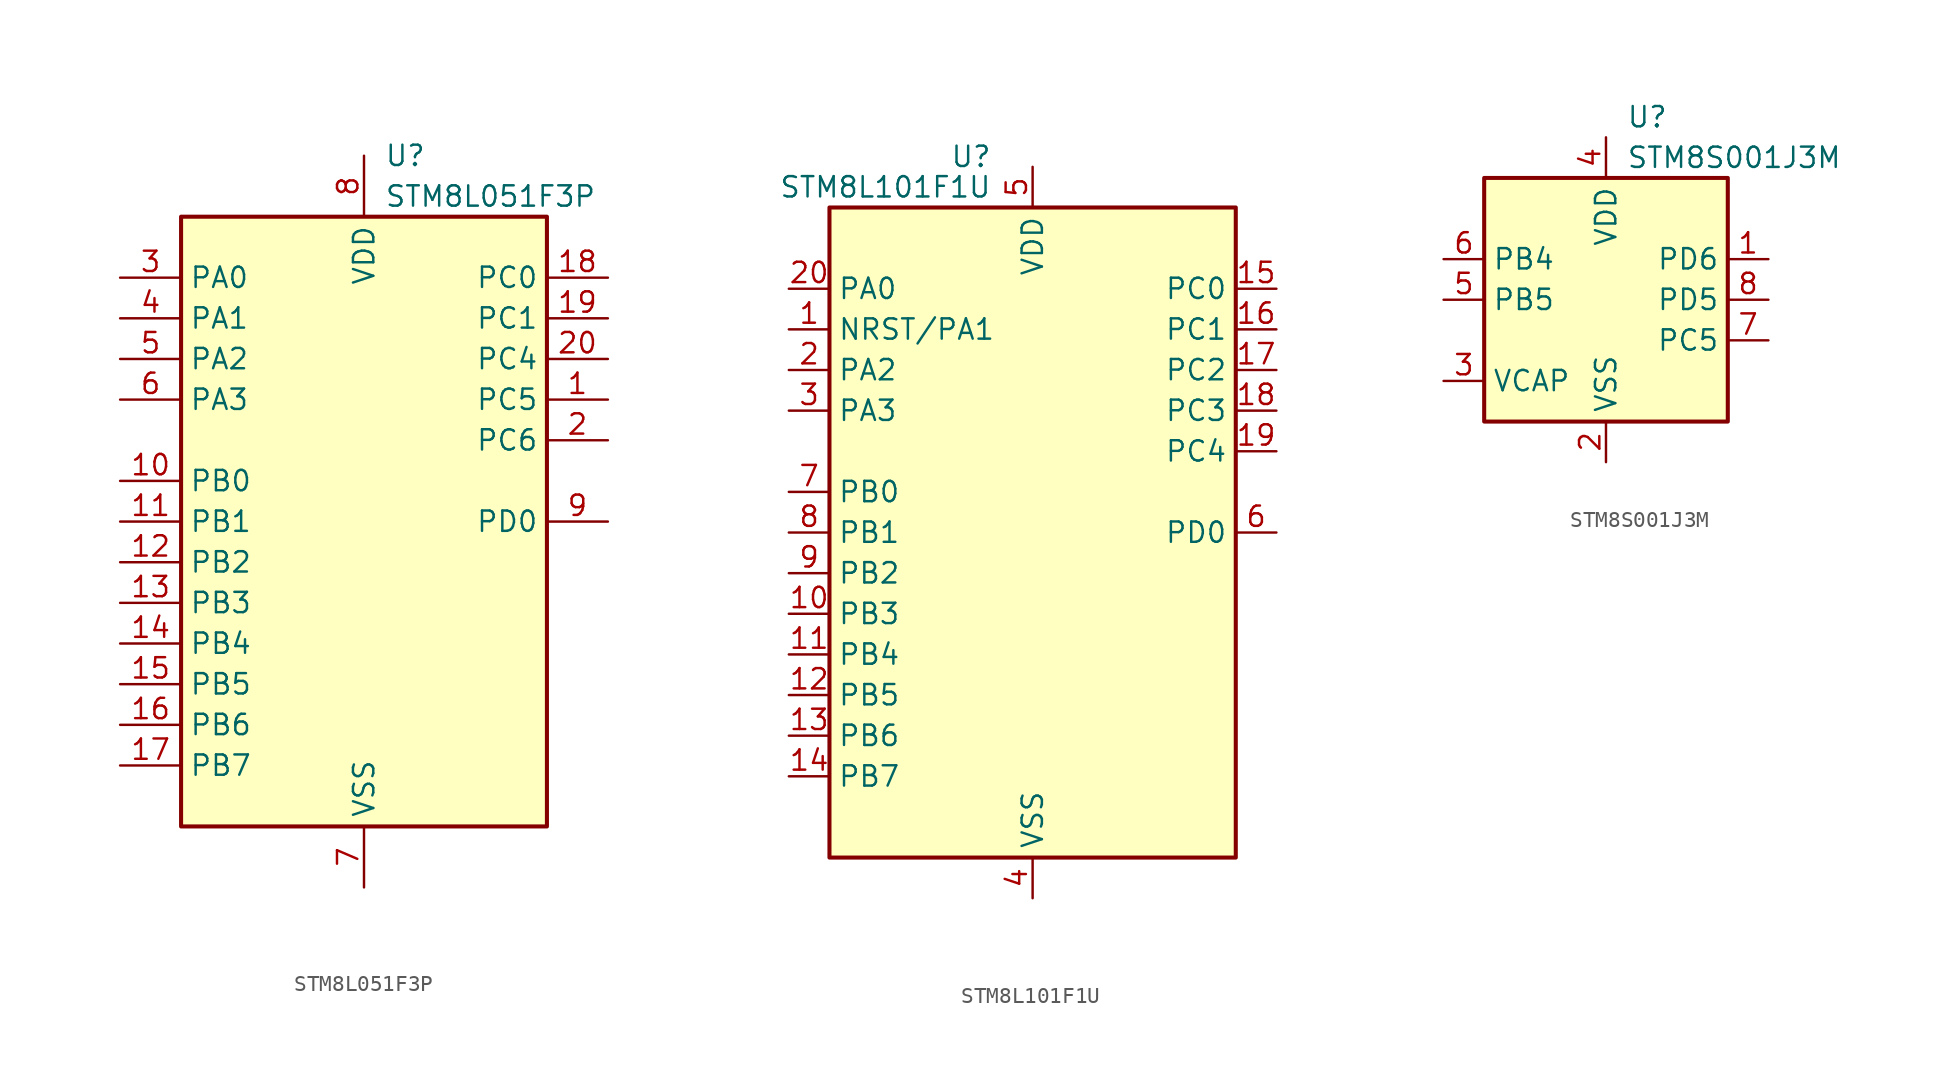
<source format=kicad_sym>
(kicad_symbol_lib
  (version 20220914)
  (generator kicad_symbol_editor)
  (symbol "STM8L051F3P"
    (property "Reference" "U"
      (at 1.27 22.86 0)
      (effects (font (size 1.27 1.27)) (justify left)))
    (property "Value" "STM8L051F3P"
      (at 1.27 20.32 0)
      (effects (font (size 1.27 1.27)) (justify left)))
    (symbol "STM8L051F3P_0_1"
      (rectangle (start -11.43 19.05) (end 11.43 -19.05) (stroke (width 0.254) (type default)) (fill (type background))))
    (symbol "STM8L051F3P_1_1"
      (pin bidirectional line (at 15.24 7.62 180) (length 3.81) (name "PC5" (effects (font (size 1.27 1.27)))) (number "1" (effects (font (size 1.27 1.27)))))
      (pin bidirectional line (at -15.24 2.54 0) (length 3.81) (name "PB0" (effects (font (size 1.27 1.27)))) (number "10" (effects (font (size 1.27 1.27)))))
      (pin bidirectional line (at -15.24 0 0) (length 3.81) (name "PB1" (effects (font (size 1.27 1.27)))) (number "11" (effects (font (size 1.27 1.27)))))
      (pin bidirectional line (at -15.24 -2.54 0) (length 3.81) (name "PB2" (effects (font (size 1.27 1.27)))) (number "12" (effects (font (size 1.27 1.27)))))
      (pin bidirectional line (at -15.24 -5.08 0) (length 3.81) (name "PB3" (effects (font (size 1.27 1.27)))) (number "13" (effects (font (size 1.27 1.27)))))
      (pin bidirectional line (at -15.24 -7.62 0) (length 3.81) (name "PB4" (effects (font (size 1.27 1.27)))) (number "14" (effects (font (size 1.27 1.27)))))
      (pin bidirectional line (at -15.24 -10.16 0) (length 3.81) (name "PB5" (effects (font (size 1.27 1.27)))) (number "15" (effects (font (size 1.27 1.27)))))
      (pin bidirectional line (at -15.24 -12.7 0) (length 3.81) (name "PB6" (effects (font (size 1.27 1.27)))) (number "16" (effects (font (size 1.27 1.27)))))
      (pin bidirectional line (at -15.24 -15.24 0) (length 3.81) (name "PB7" (effects (font (size 1.27 1.27)))) (number "17" (effects (font (size 1.27 1.27)))))
      (pin bidirectional line (at 15.24 15.24 180) (length 3.81) (name "PC0" (effects (font (size 1.27 1.27)))) (number "18" (effects (font (size 1.27 1.27)))))
      (pin bidirectional line (at 15.24 12.7 180) (length 3.81) (name "PC1" (effects (font (size 1.27 1.27)))) (number "19" (effects (font (size 1.27 1.27)))))
      (pin bidirectional line (at 15.24 5.08 180) (length 3.81) (name "PC6" (effects (font (size 1.27 1.27)))) (number "2" (effects (font (size 1.27 1.27)))))
      (pin bidirectional line (at 15.24 10.16 180) (length 3.81) (name "PC4" (effects (font (size 1.27 1.27)))) (number "20" (effects (font (size 1.27 1.27)))))
      (pin power_in line (at -15.24 15.24 0) (length 3.81) (name "PA0" (effects (font (size 1.27 1.27)))) (number "3" (effects (font (size 1.27 1.27)))))
      (pin bidirectional line (at -15.24 12.7 0) (length 3.81) (name "PA1" (effects (font (size 1.27 1.27)))) (number "4" (effects (font (size 1.27 1.27)))))
      (pin bidirectional line (at -15.24 10.16 0) (length 3.81) (name "PA2" (effects (font (size 1.27 1.27)))) (number "5" (effects (font (size 1.27 1.27)))))
      (pin bidirectional line (at -15.24 7.62 0) (length 3.81) (name "PA3" (effects (font (size 1.27 1.27)))) (number "6" (effects (font (size 1.27 1.27)))))
      (pin power_in line (at 0 -22.86 90) (length 3.81) (name "VSS" (effects (font (size 1.27 1.27)))) (number "7" (effects (font (size 1.27 1.27)))))
      (pin power_in line (at 0 22.86 270) (length 3.81) (name "VDD" (effects (font (size 1.27 1.27)))) (number "8" (effects (font (size 1.27 1.27)))))
      (pin bidirectional line (at 15.24 0 180) (length 3.81) (name "PD0" (effects (font (size 1.27 1.27)))) (number "9" (effects (font (size 1.27 1.27)))))))
  (symbol "STM8L101F1U"
    (property "Reference" "U"
      (at -2.54 23.495 0)
      (effects (font (size 1.27 1.27)) (justify right)))
    (property "Value" "STM8L101F1U"
      (at -2.54 21.59 0)
      (effects (font (size 1.27 1.27)) (justify right)))
    (symbol "STM8L101F1U_0_1"
      (rectangle (start -12.7 20.32) (end 12.7 -20.32) (stroke (width 0.254) (type default)) (fill (type background))))
    (symbol "STM8L101F1U_1_1"
      (pin bidirectional line (at -15.24 12.7 0) (length 2.54) (name "NRST/PA1" (effects (font (size 1.27 1.27)))) (number "1" (effects (font (size 1.27 1.27)))))
      (pin bidirectional line (at -15.24 -5.08 0) (length 2.54) (name "PB3" (effects (font (size 1.27 1.27)))) (number "10" (effects (font (size 1.27 1.27)))))
      (pin bidirectional line (at -15.24 -7.62 0) (length 2.54) (name "PB4" (effects (font (size 1.27 1.27)))) (number "11" (effects (font (size 1.27 1.27)))))
      (pin bidirectional line (at -15.24 -10.16 0) (length 2.54) (name "PB5" (effects (font (size 1.27 1.27)))) (number "12" (effects (font (size 1.27 1.27)))))
      (pin bidirectional line (at -15.24 -12.7 0) (length 2.54) (name "PB6" (effects (font (size 1.27 1.27)))) (number "13" (effects (font (size 1.27 1.27)))))
      (pin bidirectional line (at -15.24 -15.24 0) (length 2.54) (name "PB7" (effects (font (size 1.27 1.27)))) (number "14" (effects (font (size 1.27 1.27)))))
      (pin bidirectional line (at 15.24 15.24 180) (length 2.54) (name "PC0" (effects (font (size 1.27 1.27)))) (number "15" (effects (font (size 1.27 1.27)))))
      (pin bidirectional line (at 15.24 12.7 180) (length 2.54) (name "PC1" (effects (font (size 1.27 1.27)))) (number "16" (effects (font (size 1.27 1.27)))))
      (pin bidirectional line (at 15.24 10.16 180) (length 2.54) (name "PC2" (effects (font (size 1.27 1.27)))) (number "17" (effects (font (size 1.27 1.27)))))
      (pin bidirectional line (at 15.24 7.62 180) (length 2.54) (name "PC3" (effects (font (size 1.27 1.27)))) (number "18" (effects (font (size 1.27 1.27)))))
      (pin bidirectional line (at 15.24 5.08 180) (length 2.54) (name "PC4" (effects (font (size 1.27 1.27)))) (number "19" (effects (font (size 1.27 1.27)))))
      (pin bidirectional line (at -15.24 10.16 0) (length 2.54) (name "PA2" (effects (font (size 1.27 1.27)))) (number "2" (effects (font (size 1.27 1.27)))))
      (pin bidirectional line (at -15.24 15.24 0) (length 2.54) (name "PA0" (effects (font (size 1.27 1.27)))) (number "20" (effects (font (size 1.27 1.27)))))
      (pin bidirectional line (at -15.24 7.62 0) (length 2.54) (name "PA3" (effects (font (size 1.27 1.27)))) (number "3" (effects (font (size 1.27 1.27)))))
      (pin power_in line (at 0 -22.86 90) (length 2.54) (name "VSS" (effects (font (size 1.27 1.27)))) (number "4" (effects (font (size 1.27 1.27)))))
      (pin power_in line (at 0 22.86 270) (length 2.54) (name "VDD" (effects (font (size 1.27 1.27)))) (number "5" (effects (font (size 1.27 1.27)))))
      (pin bidirectional line (at 15.24 0 180) (length 2.54) (name "PD0" (effects (font (size 1.27 1.27)))) (number "6" (effects (font (size 1.27 1.27)))))
      (pin bidirectional line (at -15.24 2.54 0) (length 2.54) (name "PB0" (effects (font (size 1.27 1.27)))) (number "7" (effects (font (size 1.27 1.27)))))
      (pin bidirectional line (at -15.24 0 0) (length 2.54) (name "PB1" (effects (font (size 1.27 1.27)))) (number "8" (effects (font (size 1.27 1.27)))))
      (pin bidirectional line (at -15.24 -2.54 0) (length 2.54) (name "PB2" (effects (font (size 1.27 1.27)))) (number "9" (effects (font (size 1.27 1.27)))))))
  (symbol "STM8S001J3M"
    (property "Reference" "U"
      (at 1.27 11.43 0)
      (effects (font (size 1.27 1.27)) (justify left)))
    (property "Value" "STM8S001J3M"
      (at 1.27 8.89 0)
      (effects (font (size 1.27 1.27)) (justify left)))
    (symbol "STM8S001J3M_0_1"
      (rectangle (start -7.62 7.62) (end 7.62 -7.62) (stroke (width 0.254) (type default)) (fill (type background))))
    (symbol "STM8S001J3M_1_1"
      (pin bidirectional line (at 10.16 2.54 180) (length 2.54) (name "PD6" (effects (font (size 1.27 1.27)))) (number "1" (effects (font (size 1.27 1.27)))))
      (pin power_in line (at 0 -10.16 90) (length 2.54) (name "VSS" (effects (font (size 1.27 1.27)))) (number "2" (effects (font (size 1.27 1.27)))))
      (pin passive line (at -10.16 -5.08 0) (length 2.54) (name "VCAP" (effects (font (size 1.27 1.27)))) (number "3" (effects (font (size 1.27 1.27)))))
      (pin power_in line (at 0 10.16 270) (length 2.54) (name "VDD" (effects (font (size 1.27 1.27)))) (number "4" (effects (font (size 1.27 1.27)))))
      (pin bidirectional line (at -10.16 0 0) (length 2.54) (name "PB5" (effects (font (size 1.27 1.27)))) (number "5" (effects (font (size 1.27 1.27)))))
      (pin bidirectional line (at -10.16 2.54 0) (length 2.54) (name "PB4" (effects (font (size 1.27 1.27)))) (number "6" (effects (font (size 1.27 1.27)))))
      (pin bidirectional line (at 10.16 -2.54 180) (length 2.54) (name "PC5" (effects (font (size 1.27 1.27)))) (number "7" (effects (font (size 1.27 1.27)))))
      (pin bidirectional line (at 10.16 0 180) (length 2.54) (name "PD5" (effects (font (size 1.27 1.27)))) (number "8" (effects (font (size 1.27 1.27))))))))
</source>
